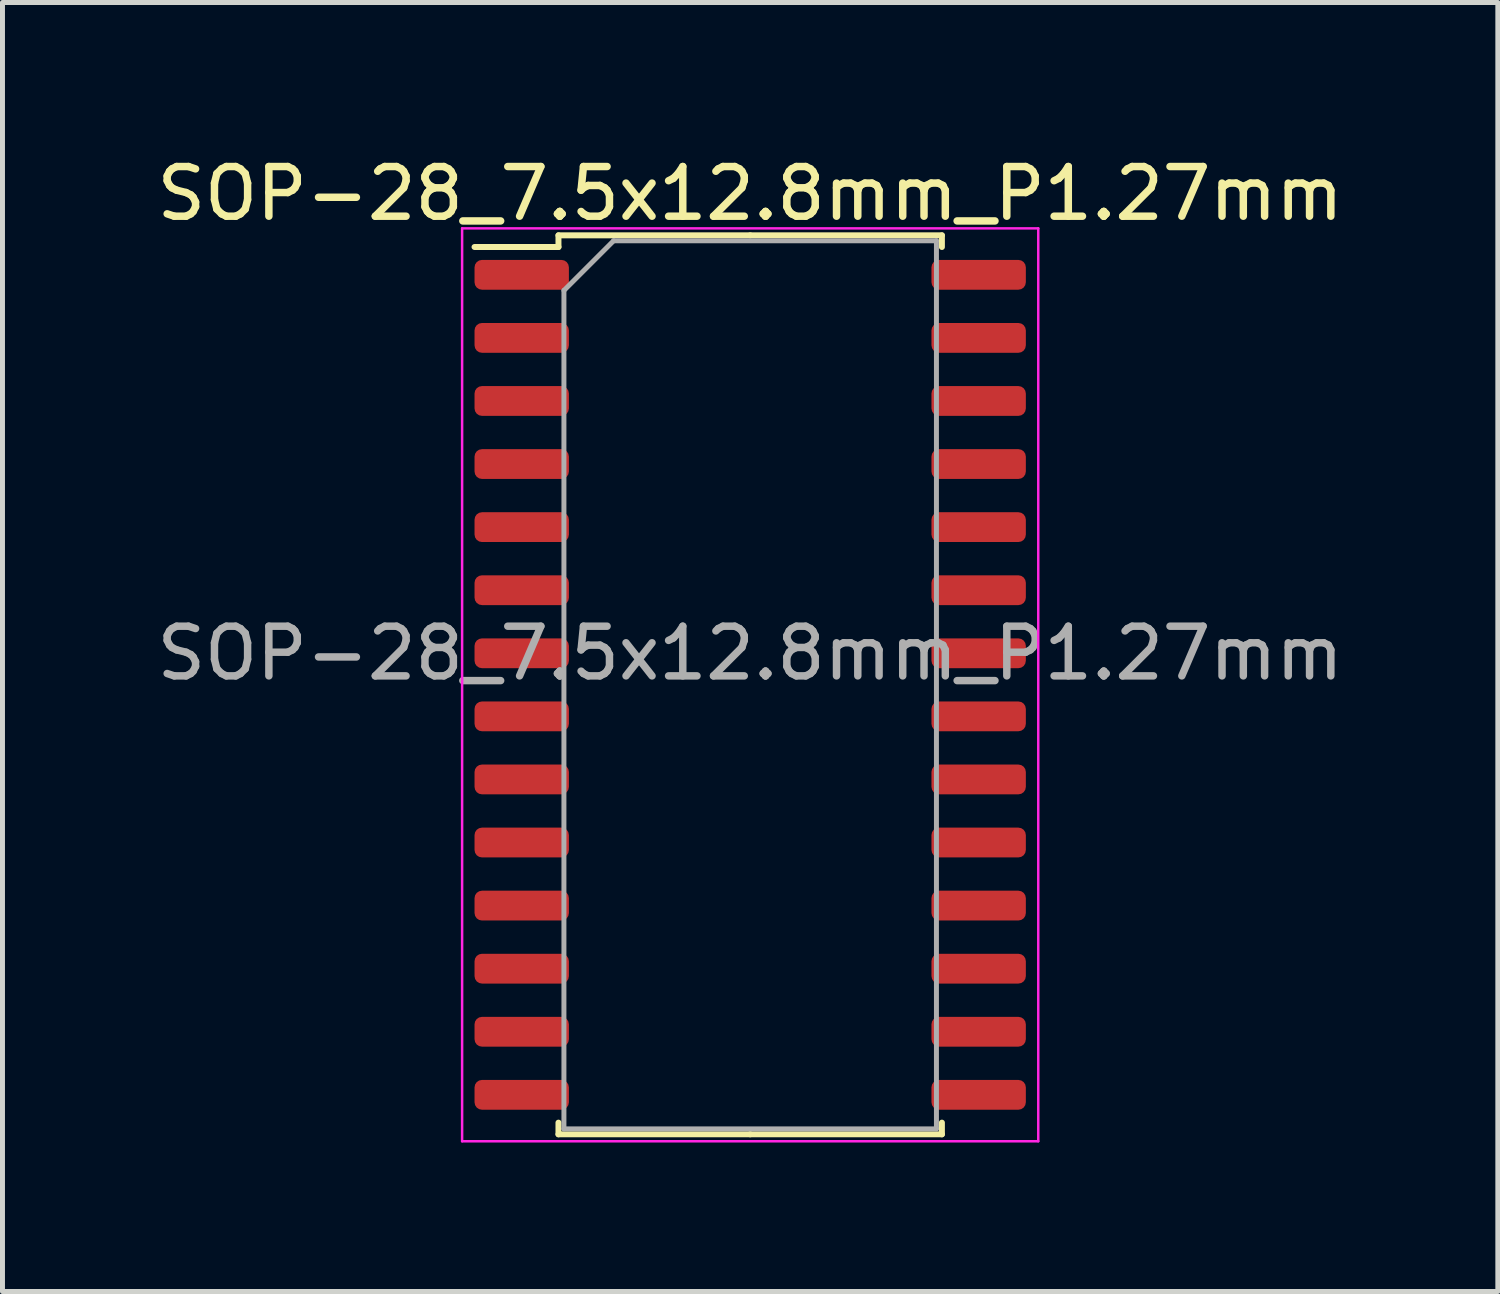
<source format=kicad_pcb>
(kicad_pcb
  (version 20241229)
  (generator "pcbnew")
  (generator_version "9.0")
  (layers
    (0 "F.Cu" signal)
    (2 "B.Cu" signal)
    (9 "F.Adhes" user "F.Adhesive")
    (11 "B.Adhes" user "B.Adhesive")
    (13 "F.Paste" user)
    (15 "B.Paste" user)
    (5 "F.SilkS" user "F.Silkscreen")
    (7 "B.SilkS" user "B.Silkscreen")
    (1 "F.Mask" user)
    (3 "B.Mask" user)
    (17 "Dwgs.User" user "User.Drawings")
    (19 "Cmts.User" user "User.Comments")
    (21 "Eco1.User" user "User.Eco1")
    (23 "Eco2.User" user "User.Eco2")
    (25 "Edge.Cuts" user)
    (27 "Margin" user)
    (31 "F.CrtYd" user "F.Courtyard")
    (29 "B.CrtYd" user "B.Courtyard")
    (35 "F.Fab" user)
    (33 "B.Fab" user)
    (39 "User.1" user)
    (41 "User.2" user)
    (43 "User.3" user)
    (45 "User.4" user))
  (footprint "SOP-28_7.5x12.8mm_P1.27mm"
    (layer "F.Cu")
    (at 12.054 10.738)
    (property "Reference" "SOP-28_7.5x12.8mm_P1.27mm" (at 0 -9.89 0) (layer "F.SilkS") (effects (font (size 1 1) (thickness 0.15))))
    (attr smd)
    (fp_line (start -3.86 -9.05) (end -3.86 -8.815) (stroke (width 0.12) (type solid)) (layer "F.SilkS"))
    (fp_line (start -3.86 -8.815) (end -5.55 -8.815) (stroke (width 0.12) (type solid)) (layer "F.SilkS"))
    (fp_line (start -3.86 9.05) (end -3.86 8.815) (stroke (width 0.12) (type solid)) (layer "F.SilkS"))
    (fp_line (start 0 -9.05) (end -3.86 -9.05) (stroke (width 0.12) (type solid)) (layer "F.SilkS"))
    (fp_line (start 0 -9.05) (end 3.86 -9.05) (stroke (width 0.12) (type solid)) (layer "F.SilkS"))
    (fp_line (start 0 9.05) (end -3.86 9.05) (stroke (width 0.12) (type solid)) (layer "F.SilkS"))
    (fp_line (start 0 9.05) (end 3.86 9.05) (stroke (width 0.12) (type solid)) (layer "F.SilkS"))
    (fp_line (start 3.86 -9.05) (end 3.86 -8.815) (stroke (width 0.12) (type solid)) (layer "F.SilkS"))
    (fp_line (start 3.86 9.05) (end 3.86 8.815) (stroke (width 0.12) (type solid)) (layer "F.SilkS"))
    (fp_line (start -5.8 -9.19) (end -5.8 9.19) (stroke (width 0.05) (type solid)) (layer "F.CrtYd"))
    (fp_line (start -5.8 9.19) (end 5.8 9.19) (stroke (width 0.05) (type solid)) (layer "F.CrtYd"))
    (fp_line (start 5.8 -9.19) (end -5.8 -9.19) (stroke (width 0.05) (type solid)) (layer "F.CrtYd"))
    (fp_line (start 5.8 9.19) (end 5.8 -9.19) (stroke (width 0.05) (type solid)) (layer "F.CrtYd"))
    (fp_line (start -3.75 -7.94) (end -2.75 -8.94) (stroke (width 0.1) (type solid)) (layer "F.Fab"))
    (fp_line (start -3.75 8.94) (end -3.75 -7.94) (stroke (width 0.1) (type solid)) (layer "F.Fab"))
    (fp_line (start -2.75 -8.94) (end 3.75 -8.94) (stroke (width 0.1) (type solid)) (layer "F.Fab"))
    (fp_line (start 3.75 -8.94) (end 3.75 8.94) (stroke (width 0.1) (type solid)) (layer "F.Fab"))
    (fp_line (start 3.75 8.94) (end -3.75 8.94) (stroke (width 0.1) (type solid)) (layer "F.Fab"))
    (fp_text user "${REFERENCE}" (at 0 -0.635 0) (layer "F.Fab") (effects (font (size 1 1) (thickness 0.15))))
    (pad "1" smd roundrect (at -4.6 -8.255) (size 1.9 0.6) (layers "F.Cu" "F.Mask" "F.Paste") (roundrect_rratio 0.25))
    (pad "2" smd roundrect (at -4.6 -6.985) (size 1.9 0.6) (layers "F.Cu" "F.Mask" "F.Paste") (roundrect_rratio 0.25))
    (pad "3" smd roundrect (at -4.6 -5.715) (size 1.9 0.6) (layers "F.Cu" "F.Mask" "F.Paste") (roundrect_rratio 0.25))
    (pad "4" smd roundrect (at -4.6 -4.445) (size 1.9 0.6) (layers "F.Cu" "F.Mask" "F.Paste") (roundrect_rratio 0.25))
    (pad "5" smd roundrect (at -4.6 -3.175) (size 1.9 0.6) (layers "F.Cu" "F.Mask" "F.Paste") (roundrect_rratio 0.25))
    (pad "6" smd roundrect (at -4.6 -1.905) (size 1.9 0.6) (layers "F.Cu" "F.Mask" "F.Paste") (roundrect_rratio 0.25))
    (pad "7" smd roundrect (at -4.6 -0.635) (size 1.9 0.6) (layers "F.Cu" "F.Mask" "F.Paste") (roundrect_rratio 0.25))
    (pad "8" smd roundrect (at -4.6 0.635) (size 1.9 0.6) (layers "F.Cu" "F.Mask" "F.Paste") (roundrect_rratio 0.25))
    (pad "9" smd roundrect (at -4.6 1.905) (size 1.9 0.6) (layers "F.Cu" "F.Mask" "F.Paste") (roundrect_rratio 0.25))
    (pad "10" smd roundrect (at -4.6 3.175) (size 1.9 0.6) (layers "F.Cu" "F.Mask" "F.Paste") (roundrect_rratio 0.25))
    (pad "11" smd roundrect (at -4.6 4.445) (size 1.9 0.6) (layers "F.Cu" "F.Mask" "F.Paste") (roundrect_rratio 0.25))
    (pad "12" smd roundrect (at -4.6 5.715) (size 1.9 0.6) (layers "F.Cu" "F.Mask" "F.Paste") (roundrect_rratio 0.25))
    (pad "13" smd roundrect (at -4.6 6.985) (size 1.9 0.6) (layers "F.Cu" "F.Mask" "F.Paste") (roundrect_rratio 0.25))
    (pad "14" smd roundrect (at -4.6 8.255) (size 1.9 0.6) (layers "F.Cu" "F.Mask" "F.Paste") (roundrect_rratio 0.25))
    (pad "15" smd roundrect (at 4.6 8.255) (size 1.9 0.6) (layers "F.Cu" "F.Mask" "F.Paste") (roundrect_rratio 0.25))
    (pad "16" smd roundrect (at 4.6 6.985) (size 1.9 0.6) (layers "F.Cu" "F.Mask" "F.Paste") (roundrect_rratio 0.25))
    (pad "17" smd roundrect (at 4.6 5.715) (size 1.9 0.6) (layers "F.Cu" "F.Mask" "F.Paste") (roundrect_rratio 0.25))
    (pad "18" smd roundrect (at 4.6 4.445) (size 1.9 0.6) (layers "F.Cu" "F.Mask" "F.Paste") (roundrect_rratio 0.25))
    (pad "19" smd roundrect (at 4.6 3.175) (size 1.9 0.6) (layers "F.Cu" "F.Mask" "F.Paste") (roundrect_rratio 0.25))
    (pad "20" smd roundrect (at 4.6 1.905) (size 1.9 0.6) (layers "F.Cu" "F.Mask" "F.Paste") (roundrect_rratio 0.25))
    (pad "21" smd roundrect (at 4.6 0.635) (size 1.9 0.6) (layers "F.Cu" "F.Mask" "F.Paste") (roundrect_rratio 0.25))
    (pad "22" smd roundrect (at 4.6 -0.635) (size 1.9 0.6) (layers "F.Cu" "F.Mask" "F.Paste") (roundrect_rratio 0.25))
    (pad "23" smd roundrect (at 4.6 -1.905) (size 1.9 0.6) (layers "F.Cu" "F.Mask" "F.Paste") (roundrect_rratio 0.25))
    (pad "24" smd roundrect (at 4.6 -3.175) (size 1.9 0.6) (layers "F.Cu" "F.Mask" "F.Paste") (roundrect_rratio 0.25))
    (pad "25" smd roundrect (at 4.6 -4.445) (size 1.9 0.6) (layers "F.Cu" "F.Mask" "F.Paste") (roundrect_rratio 0.25))
    (pad "26" smd roundrect (at 4.6 -5.715) (size 1.9 0.6) (layers "F.Cu" "F.Mask" "F.Paste") (roundrect_rratio 0.25))
    (pad "27" smd roundrect (at 4.6 -6.985) (size 1.9 0.6) (layers "F.Cu" "F.Mask" "F.Paste") (roundrect_rratio 0.25))
    (pad "28" smd roundrect (at 4.6 -8.255) (size 1.9 0.6) (layers "F.Cu" "F.Mask" "F.Paste") (roundrect_rratio 0.25)))
  (gr_rect
    (start -3 -3)
    (end 27.107 22.953)
    (stroke (width 0.1) (type default))
    (fill no)
    (layer "Edge.Cuts")))
</source>
